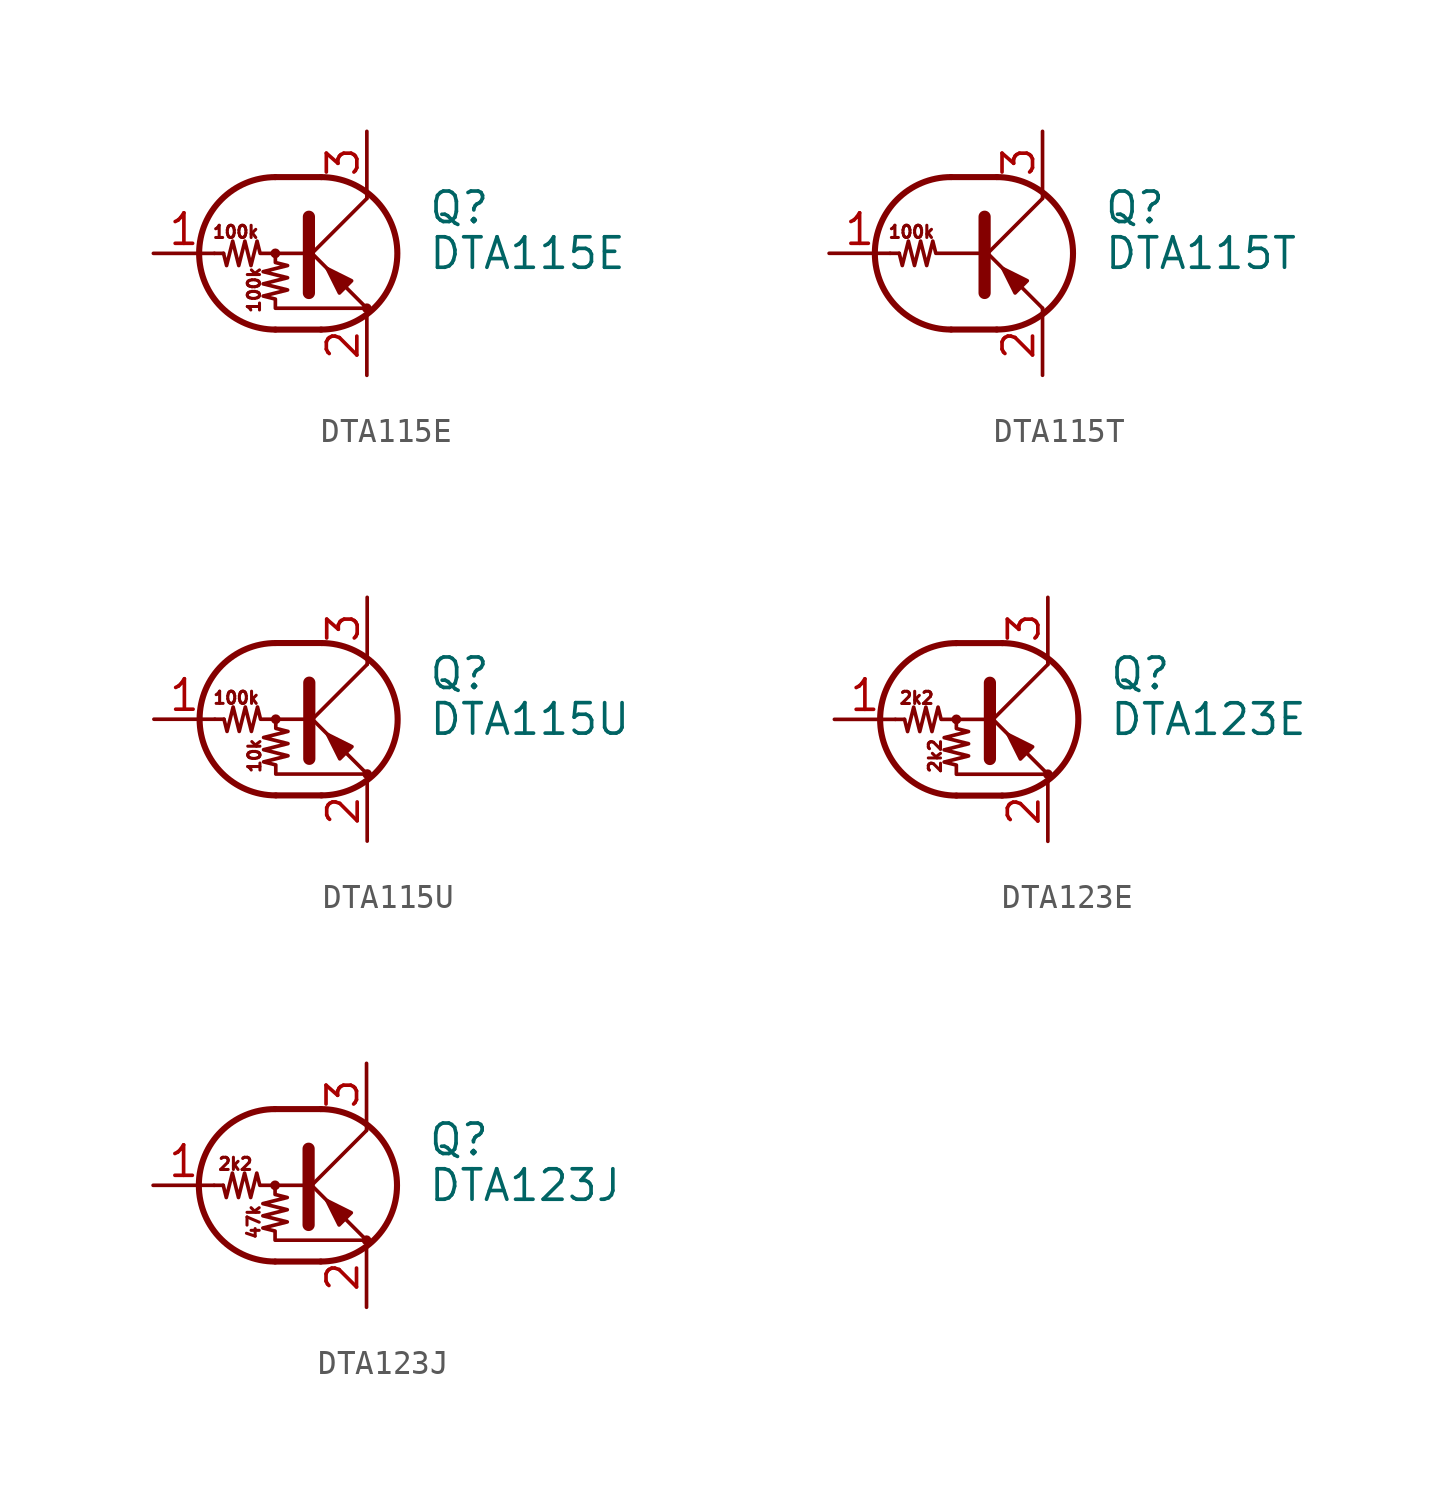
<source format=kicad_sym>
(kicad_symbol_lib
  (version 20220914)
  (generator kicad_symbol_editor)
  (symbol "DTA115E"
    (pin_names
      (offset 0) hide)
    (property "Reference" "Q"
      (at 5.08 1.905 0)
      (effects (font (size 1.27 1.27)) (justify left)))
    (property "Value" "DTA115E"
      (at 5.08 0 0)
      (effects (font (size 1.27 1.27)) (justify left)))
    (symbol "DTA115E_0_0"
      (text "100k" (at -2.921 0.889 0) (effects (font (size 0.508 0.508))))
      (text "100k" (at -2.159 -1.524 900) (effects (font (size 0.508 0.508)))))
    (symbol "DTA115E_0_1"
      (circle (center -1.27 0) (radius 0.127) (stroke (width 0) (type solid)) (fill (type none)))
      (arc (start -1.27 3.175) (mid -4.4312 0) (end -1.27 -3.175) (stroke (width 0.254) (type solid)) (fill (type none)))
      (polyline (pts (xy -3.429 0) (xy -3.81 0)) (stroke (width 0) (type solid)) (fill (type none)))
      (polyline (pts (xy -1.27 -3.175) (xy 0.635 -3.175)) (stroke (width 0.254) (type solid)) (fill (type none)))
      (polyline (pts (xy -1.27 3.175) (xy 0.635 3.175)) (stroke (width 0.254) (type solid)) (fill (type none)))
      (polyline (pts (xy 0 -0.254) (xy 2.54 2.286)) (stroke (width 0) (type solid)) (fill (type none)))
      (polyline (pts (xy 0.127 1.524) (xy 0.127 -1.651)) (stroke (width 0.508) (type solid)) (fill (type outline)))
      (polyline (pts (xy 2.54 2.286) (xy 2.54 2.54)) (stroke (width 0) (type solid)) (fill (type none)))
      (polyline (pts (xy 2.54 -2.286) (xy 0 0.254) (xy 0 0.254)) (stroke (width 0) (type solid)) (fill (type none)))
      (polyline (pts (xy 1.397 -1.651) (xy 1.905 -1.143) (xy 0.889 -0.635) (xy 1.397 -1.651)) (stroke (width 0) (type solid)) (fill (type outline)))
      (polyline (pts (xy 0 0) (xy -1.905 0) (xy -2.032 0.508) (xy -2.286 -0.508) (xy -2.54 0.508) (xy -2.794 -0.508) (xy -3.048 0.508) (xy -3.302 -0.508) (xy -3.429 0)) (stroke (width 0) (type solid)) (fill (type none)))
      (polyline (pts (xy -1.27 0) (xy -1.27 -0.381) (xy -0.762 -0.508) (xy -1.778 -0.762) (xy -0.762 -1.016) (xy -1.778 -1.27) (xy -0.762 -1.524) (xy -1.778 -1.778) (xy -1.27 -1.905) (xy -1.27 -2.286) (xy 2.54 -2.286)) (stroke (width 0) (type solid)) (fill (type none)))
      (arc (start 0.635 -3.175) (mid 3.7962 0) (end 0.635 3.175) (stroke (width 0.254) (type solid)) (fill (type none)))
      (circle (center 2.54 -2.286) (radius 0.127) (stroke (width 0) (type solid)) (fill (type none))))
    (symbol "DTA115E_1_1"
      (pin input line (at -6.35 0 0) (length 2.54) (name "B" (effects (font (size 1.27 1.27)))) (number "1" (effects (font (size 1.27 1.27)))))
      (pin passive line (at 2.54 -5.08 90) (length 2.54) (name "E" (effects (font (size 1.27 1.27)))) (number "2" (effects (font (size 1.27 1.27)))))
      (pin passive line (at 2.54 5.08 270) (length 2.54) (name "C" (effects (font (size 1.27 1.27)))) (number "3" (effects (font (size 1.27 1.27)))))))
  (symbol "DTA115T"
    (pin_names
      (offset 0) hide)
    (property "Reference" "Q"
      (at 5.08 1.905 0)
      (effects (font (size 1.27 1.27)) (justify left)))
    (property "Value" "DTA115T"
      (at 5.08 0 0)
      (effects (font (size 1.27 1.27)) (justify left)))
    (symbol "DTA115T_0_0"
      (polyline (pts (xy 2.54 -2.286) (xy 2.54 -2.54)) (stroke (width 0) (type solid)) (fill (type none)))
      (text "100k" (at -2.921 0.889 0) (effects (font (size 0.508 0.508)))))
    (symbol "DTA115T_0_1"
      (arc (start -1.27 3.175) (mid -4.4312 0) (end -1.27 -3.175) (stroke (width 0.254) (type solid)) (fill (type none)))
      (polyline (pts (xy -3.429 0) (xy -3.81 0)) (stroke (width 0) (type solid)) (fill (type none)))
      (polyline (pts (xy -1.27 -3.175) (xy 0.635 -3.175)) (stroke (width 0.254) (type solid)) (fill (type none)))
      (polyline (pts (xy -1.27 3.175) (xy 0.635 3.175)) (stroke (width 0.254) (type solid)) (fill (type none)))
      (polyline (pts (xy 0 -0.254) (xy 2.54 2.286)) (stroke (width 0) (type solid)) (fill (type none)))
      (polyline (pts (xy 0.127 1.524) (xy 0.127 -1.651)) (stroke (width 0.508) (type solid)) (fill (type outline)))
      (polyline (pts (xy 2.54 2.286) (xy 2.54 2.54)) (stroke (width 0) (type solid)) (fill (type none)))
      (polyline (pts (xy 2.54 -2.286) (xy 0 0.254) (xy 0 0.254)) (stroke (width 0) (type solid)) (fill (type none)))
      (polyline (pts (xy 1.397 -1.651) (xy 1.905 -1.143) (xy 0.889 -0.635) (xy 1.397 -1.651)) (stroke (width 0) (type solid)) (fill (type outline)))
      (polyline (pts (xy 0 0) (xy -1.905 0) (xy -2.032 0.508) (xy -2.286 -0.508) (xy -2.54 0.508) (xy -2.794 -0.508) (xy -3.048 0.508) (xy -3.302 -0.508) (xy -3.429 0)) (stroke (width 0) (type solid)) (fill (type none)))
      (arc (start 0.635 -3.175) (mid 3.7962 0) (end 0.635 3.175) (stroke (width 0.254) (type solid)) (fill (type none))))
    (symbol "DTA115T_1_1"
      (pin input line (at -6.35 0 0) (length 2.54) (name "B" (effects (font (size 1.27 1.27)))) (number "1" (effects (font (size 1.27 1.27)))))
      (pin passive line (at 2.54 -5.08 90) (length 2.54) (name "E" (effects (font (size 1.27 1.27)))) (number "2" (effects (font (size 1.27 1.27)))))
      (pin passive line (at 2.54 5.08 270) (length 2.54) (name "C" (effects (font (size 1.27 1.27)))) (number "3" (effects (font (size 1.27 1.27)))))))
  (symbol "DTA115U"
    (pin_names
      (offset 0) hide)
    (property "Reference" "Q"
      (at 5.08 1.905 0)
      (effects (font (size 1.27 1.27)) (justify left)))
    (property "Value" "DTA115U"
      (at 5.08 0 0)
      (effects (font (size 1.27 1.27)) (justify left)))
    (symbol "DTA115U_0_0"
      (text "100k" (at -2.921 0.889 0) (effects (font (size 0.508 0.508))))
      (text "10k" (at -2.159 -1.524 900) (effects (font (size 0.508 0.508)))))
    (symbol "DTA115U_0_1"
      (circle (center -1.27 0) (radius 0.127) (stroke (width 0) (type solid)) (fill (type none)))
      (arc (start -1.27 3.175) (mid -4.4312 0) (end -1.27 -3.175) (stroke (width 0.254) (type solid)) (fill (type none)))
      (polyline (pts (xy -3.429 0) (xy -3.81 0)) (stroke (width 0) (type solid)) (fill (type none)))
      (polyline (pts (xy -1.27 -3.175) (xy 0.635 -3.175)) (stroke (width 0.254) (type solid)) (fill (type none)))
      (polyline (pts (xy -1.27 3.175) (xy 0.635 3.175)) (stroke (width 0.254) (type solid)) (fill (type none)))
      (polyline (pts (xy 0 -0.254) (xy 2.54 2.286)) (stroke (width 0) (type solid)) (fill (type none)))
      (polyline (pts (xy 0.127 1.524) (xy 0.127 -1.651)) (stroke (width 0.508) (type solid)) (fill (type outline)))
      (polyline (pts (xy 2.54 2.286) (xy 2.54 2.54)) (stroke (width 0) (type solid)) (fill (type none)))
      (polyline (pts (xy 2.54 -2.286) (xy 0 0.254) (xy 0 0.254)) (stroke (width 0) (type solid)) (fill (type none)))
      (polyline (pts (xy 1.397 -1.651) (xy 1.905 -1.143) (xy 0.889 -0.635) (xy 1.397 -1.651)) (stroke (width 0) (type solid)) (fill (type outline)))
      (polyline (pts (xy 0 0) (xy -1.905 0) (xy -2.032 0.508) (xy -2.286 -0.508) (xy -2.54 0.508) (xy -2.794 -0.508) (xy -3.048 0.508) (xy -3.302 -0.508) (xy -3.429 0)) (stroke (width 0) (type solid)) (fill (type none)))
      (polyline (pts (xy -1.27 0) (xy -1.27 -0.381) (xy -0.762 -0.508) (xy -1.778 -0.762) (xy -0.762 -1.016) (xy -1.778 -1.27) (xy -0.762 -1.524) (xy -1.778 -1.778) (xy -1.27 -1.905) (xy -1.27 -2.286) (xy 2.54 -2.286)) (stroke (width 0) (type solid)) (fill (type none)))
      (arc (start 0.635 -3.175) (mid 3.7962 0) (end 0.635 3.175) (stroke (width 0.254) (type solid)) (fill (type none)))
      (circle (center 2.54 -2.286) (radius 0.127) (stroke (width 0) (type solid)) (fill (type none))))
    (symbol "DTA115U_1_1"
      (pin input line (at -6.35 0 0) (length 2.54) (name "B" (effects (font (size 1.27 1.27)))) (number "1" (effects (font (size 1.27 1.27)))))
      (pin passive line (at 2.54 -5.08 90) (length 2.54) (name "E" (effects (font (size 1.27 1.27)))) (number "2" (effects (font (size 1.27 1.27)))))
      (pin passive line (at 2.54 5.08 270) (length 2.54) (name "C" (effects (font (size 1.27 1.27)))) (number "3" (effects (font (size 1.27 1.27)))))))
  (symbol "DTA123E"
    (pin_names
      (offset 0) hide)
    (property "Reference" "Q"
      (at 5.08 1.905 0)
      (effects (font (size 1.27 1.27)) (justify left)))
    (property "Value" "DTA123E"
      (at 5.08 0 0)
      (effects (font (size 1.27 1.27)) (justify left)))
    (symbol "DTA123E_0_0"
      (text "2k2" (at -2.921 0.889 0) (effects (font (size 0.508 0.508))))
      (text "2k2" (at -2.159 -1.524 900) (effects (font (size 0.508 0.508)))))
    (symbol "DTA123E_0_1"
      (circle (center -1.27 0) (radius 0.127) (stroke (width 0) (type solid)) (fill (type none)))
      (arc (start -1.27 3.175) (mid -4.4312 0) (end -1.27 -3.175) (stroke (width 0.254) (type solid)) (fill (type none)))
      (polyline (pts (xy -3.429 0) (xy -3.81 0)) (stroke (width 0) (type solid)) (fill (type none)))
      (polyline (pts (xy -1.27 -3.175) (xy 0.635 -3.175)) (stroke (width 0.254) (type solid)) (fill (type none)))
      (polyline (pts (xy -1.27 3.175) (xy 0.635 3.175)) (stroke (width 0.254) (type solid)) (fill (type none)))
      (polyline (pts (xy 0 -0.254) (xy 2.54 2.286)) (stroke (width 0) (type solid)) (fill (type none)))
      (polyline (pts (xy 0.127 1.524) (xy 0.127 -1.651)) (stroke (width 0.508) (type solid)) (fill (type outline)))
      (polyline (pts (xy 2.54 2.286) (xy 2.54 2.54)) (stroke (width 0) (type solid)) (fill (type none)))
      (polyline (pts (xy 2.54 -2.286) (xy 0 0.254) (xy 0 0.254)) (stroke (width 0) (type solid)) (fill (type none)))
      (polyline (pts (xy 1.397 -1.651) (xy 1.905 -1.143) (xy 0.889 -0.635) (xy 1.397 -1.651)) (stroke (width 0) (type solid)) (fill (type outline)))
      (polyline (pts (xy 0 0) (xy -1.905 0) (xy -2.032 0.508) (xy -2.286 -0.508) (xy -2.54 0.508) (xy -2.794 -0.508) (xy -3.048 0.508) (xy -3.302 -0.508) (xy -3.429 0)) (stroke (width 0) (type solid)) (fill (type none)))
      (polyline (pts (xy -1.27 0) (xy -1.27 -0.381) (xy -0.762 -0.508) (xy -1.778 -0.762) (xy -0.762 -1.016) (xy -1.778 -1.27) (xy -0.762 -1.524) (xy -1.778 -1.778) (xy -1.27 -1.905) (xy -1.27 -2.286) (xy 2.54 -2.286)) (stroke (width 0) (type solid)) (fill (type none)))
      (arc (start 0.635 -3.175) (mid 3.7962 0) (end 0.635 3.175) (stroke (width 0.254) (type solid)) (fill (type none)))
      (circle (center 2.54 -2.286) (radius 0.127) (stroke (width 0) (type solid)) (fill (type none))))
    (symbol "DTA123E_1_1"
      (pin input line (at -6.35 0 0) (length 2.54) (name "B" (effects (font (size 1.27 1.27)))) (number "1" (effects (font (size 1.27 1.27)))))
      (pin passive line (at 2.54 -5.08 90) (length 2.54) (name "E" (effects (font (size 1.27 1.27)))) (number "2" (effects (font (size 1.27 1.27)))))
      (pin passive line (at 2.54 5.08 270) (length 2.54) (name "C" (effects (font (size 1.27 1.27)))) (number "3" (effects (font (size 1.27 1.27)))))))
  (symbol "DTA123J"
    (pin_names
      (offset 0) hide)
    (property "Reference" "Q"
      (at 5.08 1.905 0)
      (effects (font (size 1.27 1.27)) (justify left)))
    (property "Value" "DTA123J"
      (at 5.08 0 0)
      (effects (font (size 1.27 1.27)) (justify left)))
    (symbol "DTA123J_0_0"
      (text "2k2" (at -2.921 0.889 0) (effects (font (size 0.508 0.508))))
      (text "47k" (at -2.159 -1.524 900) (effects (font (size 0.508 0.508)))))
    (symbol "DTA123J_0_1"
      (circle (center -1.27 0) (radius 0.127) (stroke (width 0) (type solid)) (fill (type none)))
      (arc (start -1.27 3.175) (mid -4.4312 0) (end -1.27 -3.175) (stroke (width 0.254) (type solid)) (fill (type none)))
      (polyline (pts (xy -3.429 0) (xy -3.81 0)) (stroke (width 0) (type solid)) (fill (type none)))
      (polyline (pts (xy -1.27 -3.175) (xy 0.635 -3.175)) (stroke (width 0.254) (type solid)) (fill (type none)))
      (polyline (pts (xy -1.27 3.175) (xy 0.635 3.175)) (stroke (width 0.254) (type solid)) (fill (type none)))
      (polyline (pts (xy 0 -0.254) (xy 2.54 2.286)) (stroke (width 0) (type solid)) (fill (type none)))
      (polyline (pts (xy 0.127 1.524) (xy 0.127 -1.651)) (stroke (width 0.508) (type solid)) (fill (type outline)))
      (polyline (pts (xy 2.54 2.286) (xy 2.54 2.54)) (stroke (width 0) (type solid)) (fill (type none)))
      (polyline (pts (xy 2.54 -2.286) (xy 0 0.254) (xy 0 0.254)) (stroke (width 0) (type solid)) (fill (type none)))
      (polyline (pts (xy 1.397 -1.651) (xy 1.905 -1.143) (xy 0.889 -0.635) (xy 1.397 -1.651)) (stroke (width 0) (type solid)) (fill (type outline)))
      (polyline (pts (xy 0 0) (xy -1.905 0) (xy -2.032 0.508) (xy -2.286 -0.508) (xy -2.54 0.508) (xy -2.794 -0.508) (xy -3.048 0.508) (xy -3.302 -0.508) (xy -3.429 0)) (stroke (width 0) (type solid)) (fill (type none)))
      (polyline (pts (xy -1.27 0) (xy -1.27 -0.381) (xy -0.762 -0.508) (xy -1.778 -0.762) (xy -0.762 -1.016) (xy -1.778 -1.27) (xy -0.762 -1.524) (xy -1.778 -1.778) (xy -1.27 -1.905) (xy -1.27 -2.286) (xy 2.54 -2.286)) (stroke (width 0) (type solid)) (fill (type none)))
      (arc (start 0.635 -3.175) (mid 3.7962 0) (end 0.635 3.175) (stroke (width 0.254) (type solid)) (fill (type none)))
      (circle (center 2.54 -2.286) (radius 0.127) (stroke (width 0) (type solid)) (fill (type none))))
    (symbol "DTA123J_1_1"
      (pin input line (at -6.35 0 0) (length 2.54) (name "B" (effects (font (size 1.27 1.27)))) (number "1" (effects (font (size 1.27 1.27)))))
      (pin passive line (at 2.54 -5.08 90) (length 2.54) (name "E" (effects (font (size 1.27 1.27)))) (number "2" (effects (font (size 1.27 1.27)))))
      (pin passive line (at 2.54 5.08 270) (length 2.54) (name "C" (effects (font (size 1.27 1.27)))) (number "3" (effects (font (size 1.27 1.27))))))))
</source>
